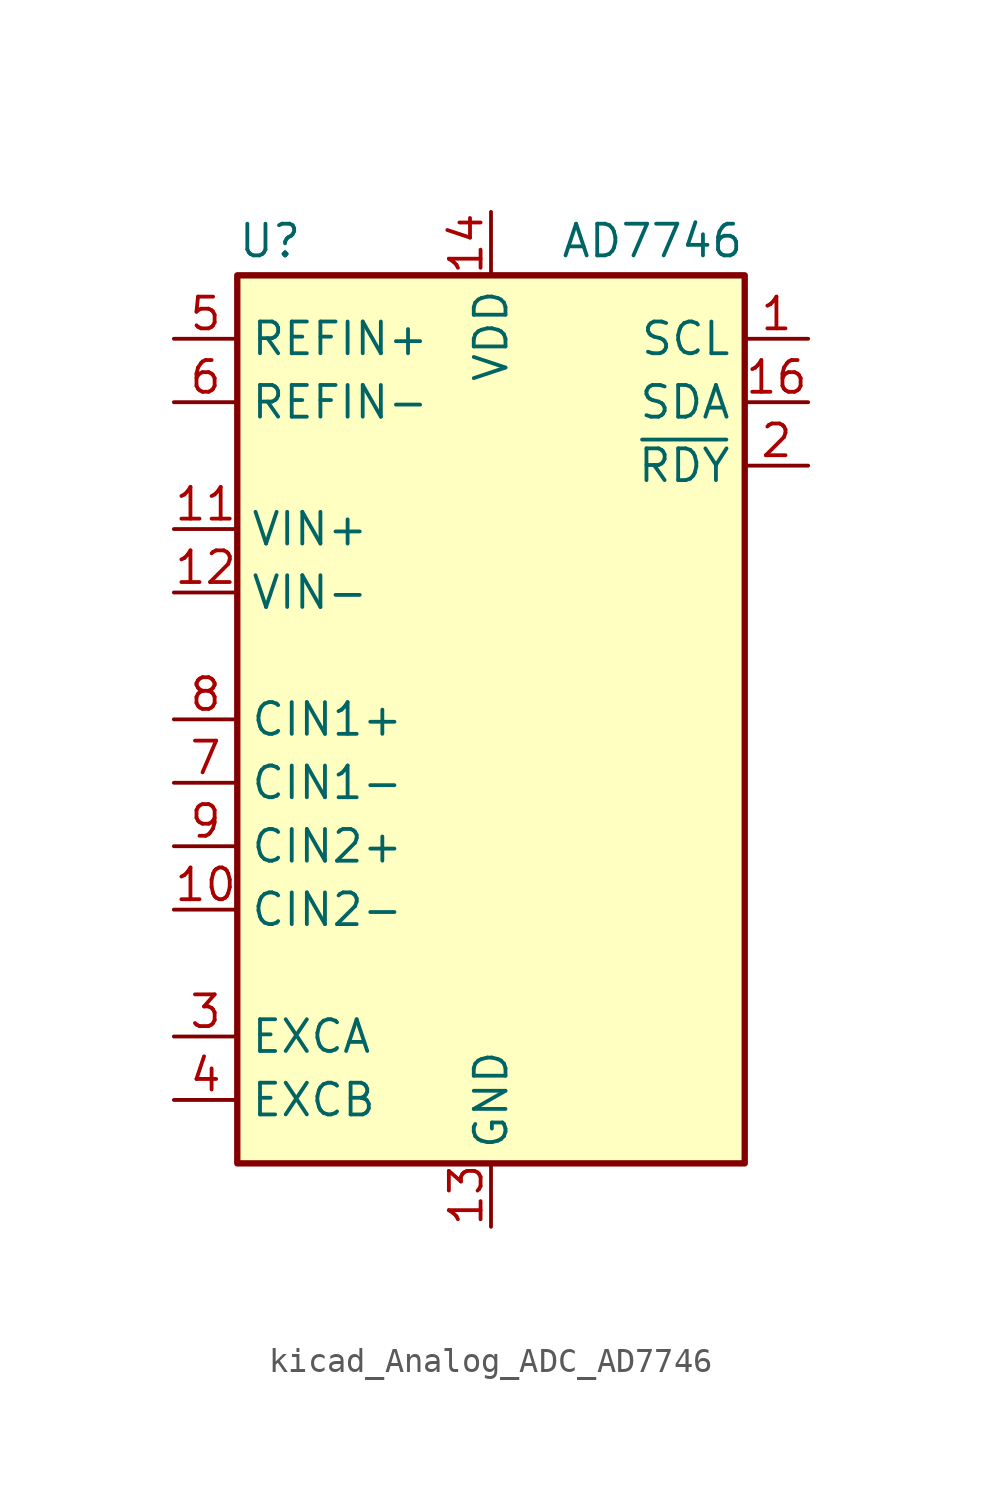
<source format=kicad_sym>
(kicad_symbol_lib
  (version 20220914)
  (generator kicad_symbol_editor)
  (symbol "kicad_Analog_ADC_AD7746"
    (property "Reference" "U"
      (at -10.16 18.415 0)
      (effects (font (size 1.27 1.27)) (justify left bottom)))
    (property "Value" "AD7746"
      (at 10.16 18.415 0)
      (effects (font (size 1.27 1.27)) (justify right bottom)))
    (symbol "kicad_Analog_ADC_AD7746_0_1"
      (rectangle (start -10.16 -17.78) (end 10.16 17.78) (stroke (width 0.254) (type default)) (fill (type background))))
    (symbol "kicad_Analog_ADC_AD7746_1_1"
      (pin input line (at 12.7 15.24 180) (length 2.54) (name "SCL" (effects (font (size 1.27 1.27)))) (number "1" (effects (font (size 1.27 1.27)))))
      (pin passive line (at -12.7 -7.62 0) (length 2.54) (name "CIN2-" (effects (font (size 1.27 1.27)))) (number "10" (effects (font (size 1.27 1.27)))))
      (pin input line (at -12.7 7.62 0) (length 2.54) (name "VIN+" (effects (font (size 1.27 1.27)))) (number "11" (effects (font (size 1.27 1.27)))))
      (pin input line (at -12.7 5.08 0) (length 2.54) (name "VIN-" (effects (font (size 1.27 1.27)))) (number "12" (effects (font (size 1.27 1.27)))))
      (pin power_in line (at 0 -20.32 90) (length 2.54) (name "GND" (effects (font (size 1.27 1.27)))) (number "13" (effects (font (size 1.27 1.27)))))
      (pin power_in line (at 0 20.32 270) (length 2.54) (name "VDD" (effects (font (size 1.27 1.27)))) (number "14" (effects (font (size 1.27 1.27)))))
      (pin no_connect line (at 10.16 -15.24 180) (length 2.54) hide (name "NC" (effects (font (size 1.27 1.27)))) (number "15" (effects (font (size 1.27 1.27)))))
      (pin bidirectional line (at 12.7 12.7 180) (length 2.54) (name "SDA" (effects (font (size 1.27 1.27)))) (number "16" (effects (font (size 1.27 1.27)))))
      (pin output line (at 12.7 10.16 180) (length 2.54) (name "~{RDY}" (effects (font (size 1.27 1.27)))) (number "2" (effects (font (size 1.27 1.27)))))
      (pin output line (at -12.7 -12.7 0) (length 2.54) (name "EXCA" (effects (font (size 1.27 1.27)))) (number "3" (effects (font (size 1.27 1.27)))))
      (pin output line (at -12.7 -15.24 0) (length 2.54) (name "EXCB" (effects (font (size 1.27 1.27)))) (number "4" (effects (font (size 1.27 1.27)))))
      (pin input line (at -12.7 15.24 0) (length 2.54) (name "REFIN+" (effects (font (size 1.27 1.27)))) (number "5" (effects (font (size 1.27 1.27)))))
      (pin input line (at -12.7 12.7 0) (length 2.54) (name "REFIN-" (effects (font (size 1.27 1.27)))) (number "6" (effects (font (size 1.27 1.27)))))
      (pin passive line (at -12.7 -2.54 0) (length 2.54) (name "CIN1-" (effects (font (size 1.27 1.27)))) (number "7" (effects (font (size 1.27 1.27)))))
      (pin passive line (at -12.7 0 0) (length 2.54) (name "CIN1+" (effects (font (size 1.27 1.27)))) (number "8" (effects (font (size 1.27 1.27)))))
      (pin passive line (at -12.7 -5.08 0) (length 2.54) (name "CIN2+" (effects (font (size 1.27 1.27)))) (number "9" (effects (font (size 1.27 1.27))))))))
</source>
